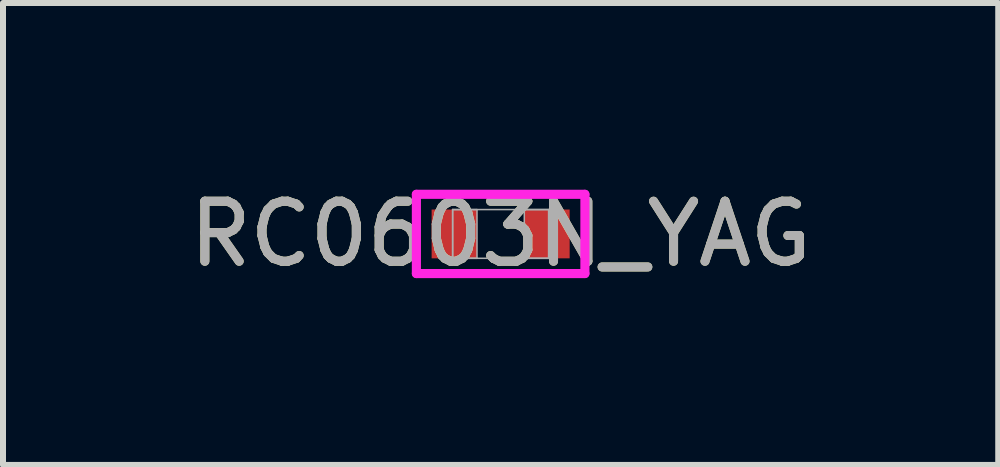
<source format=kicad_pcb>
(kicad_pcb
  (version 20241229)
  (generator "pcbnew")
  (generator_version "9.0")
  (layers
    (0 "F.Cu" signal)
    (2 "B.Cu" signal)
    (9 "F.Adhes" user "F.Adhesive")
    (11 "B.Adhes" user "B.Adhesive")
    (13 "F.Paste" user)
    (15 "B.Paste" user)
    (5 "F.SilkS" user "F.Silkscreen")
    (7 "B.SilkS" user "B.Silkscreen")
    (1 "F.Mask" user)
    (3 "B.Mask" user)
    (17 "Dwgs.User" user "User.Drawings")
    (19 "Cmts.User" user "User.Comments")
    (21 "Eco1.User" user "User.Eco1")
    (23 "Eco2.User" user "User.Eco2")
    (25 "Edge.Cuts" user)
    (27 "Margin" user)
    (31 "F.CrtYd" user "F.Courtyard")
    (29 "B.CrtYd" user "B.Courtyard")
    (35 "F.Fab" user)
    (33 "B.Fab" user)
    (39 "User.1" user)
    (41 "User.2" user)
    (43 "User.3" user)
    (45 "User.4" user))
  (footprint "RC0603N_YAG"
    (layer "F.Cu")
    (at 5.292 0.848)
    (property "Reference" "RC0603N_YAG" (at 0 0 0) (unlocked yes) (layer "F.SilkS") (effects (font (size 1 1) (thickness 0.15))))
    (attr smd)
    (fp_line (start -1.404 -0.66) (end 1.404 -0.66) (stroke (width 0.152) (type solid)) (layer "F.CrtYd"))
    (fp_line (start -1.404 0.66) (end -1.404 -0.66) (stroke (width 0.152) (type solid)) (layer "F.CrtYd"))
    (fp_line (start 1.404 -0.66) (end 1.404 0.66) (stroke (width 0.152) (type solid)) (layer "F.CrtYd"))
    (fp_line (start 1.404 0.66) (end -1.404 0.66) (stroke (width 0.152) (type solid)) (layer "F.CrtYd"))
    (fp_line (start -0.8 -0.406) (end -0.8 0.406) (stroke (width 0.025) (type solid)) (layer "F.Fab"))
    (fp_line (start -0.8 -0.406) (end -0.8 0.406) (stroke (width 0.025) (type solid)) (layer "F.Fab"))
    (fp_line (start -0.8 0.406) (end -0.394 0.406) (stroke (width 0.025) (type solid)) (layer "F.Fab"))
    (fp_line (start -0.8 0.406) (end 0.8 0.406) (stroke (width 0.025) (type solid)) (layer "F.Fab"))
    (fp_line (start -0.394 -0.406) (end -0.8 -0.406) (stroke (width 0.025) (type solid)) (layer "F.Fab"))
    (fp_line (start -0.394 0.406) (end -0.394 -0.406) (stroke (width 0.025) (type solid)) (layer "F.Fab"))
    (fp_line (start 0.394 -0.406) (end 0.394 0.406) (stroke (width 0.025) (type solid)) (layer "F.Fab"))
    (fp_line (start 0.394 0.406) (end 0.8 0.406) (stroke (width 0.025) (type solid)) (layer "F.Fab"))
    (fp_line (start 0.8 -0.406) (end -0.8 -0.406) (stroke (width 0.025) (type solid)) (layer "F.Fab"))
    (fp_line (start 0.8 -0.406) (end 0.394 -0.406) (stroke (width 0.025) (type solid)) (layer "F.Fab"))
    (fp_line (start 0.8 0.406) (end 0.8 -0.406) (stroke (width 0.025) (type solid)) (layer "F.Fab"))
    (fp_line (start 0.8 0.406) (end 0.8 -0.406) (stroke (width 0.025) (type solid)) (layer "F.Fab"))
    (fp_text user "${REFERENCE}" (at 0 0 0) (unlocked yes) (layer "F.Fab") (effects (font (size 1 1) (thickness 0.15))))
    (pad "1" smd rect (at -0.772 0) (size 0.756 0.813) (layers "F.Cu" "F.Mask" "F.Paste"))
    (pad "2" smd rect (at 0.772 0) (size 0.756 0.813) (layers "F.Cu" "F.Mask" "F.Paste"))
    (zone (net_name "") (layer "F.Cu") (hatch full 0.508) (connect_pads) (min_thickness 0.254) (filled_areas_thickness no) (keepout (tracks not_allowed) (vias not_allowed) (pads allowed) (copperpour not_allowed) (footprints allowed)) (placement (enabled no)) (fill) (polygon (pts (xy 4.949 0.493) (xy 5.635 0.493) (xy 5.635 1.204) (xy 4.949 1.204)))))
  (gr_rect
    (start -3 -3)
    (end 13.583 4.697)
    (stroke (width 0.1) (type default))
    (fill no)
    (layer "Edge.Cuts")))
</source>
